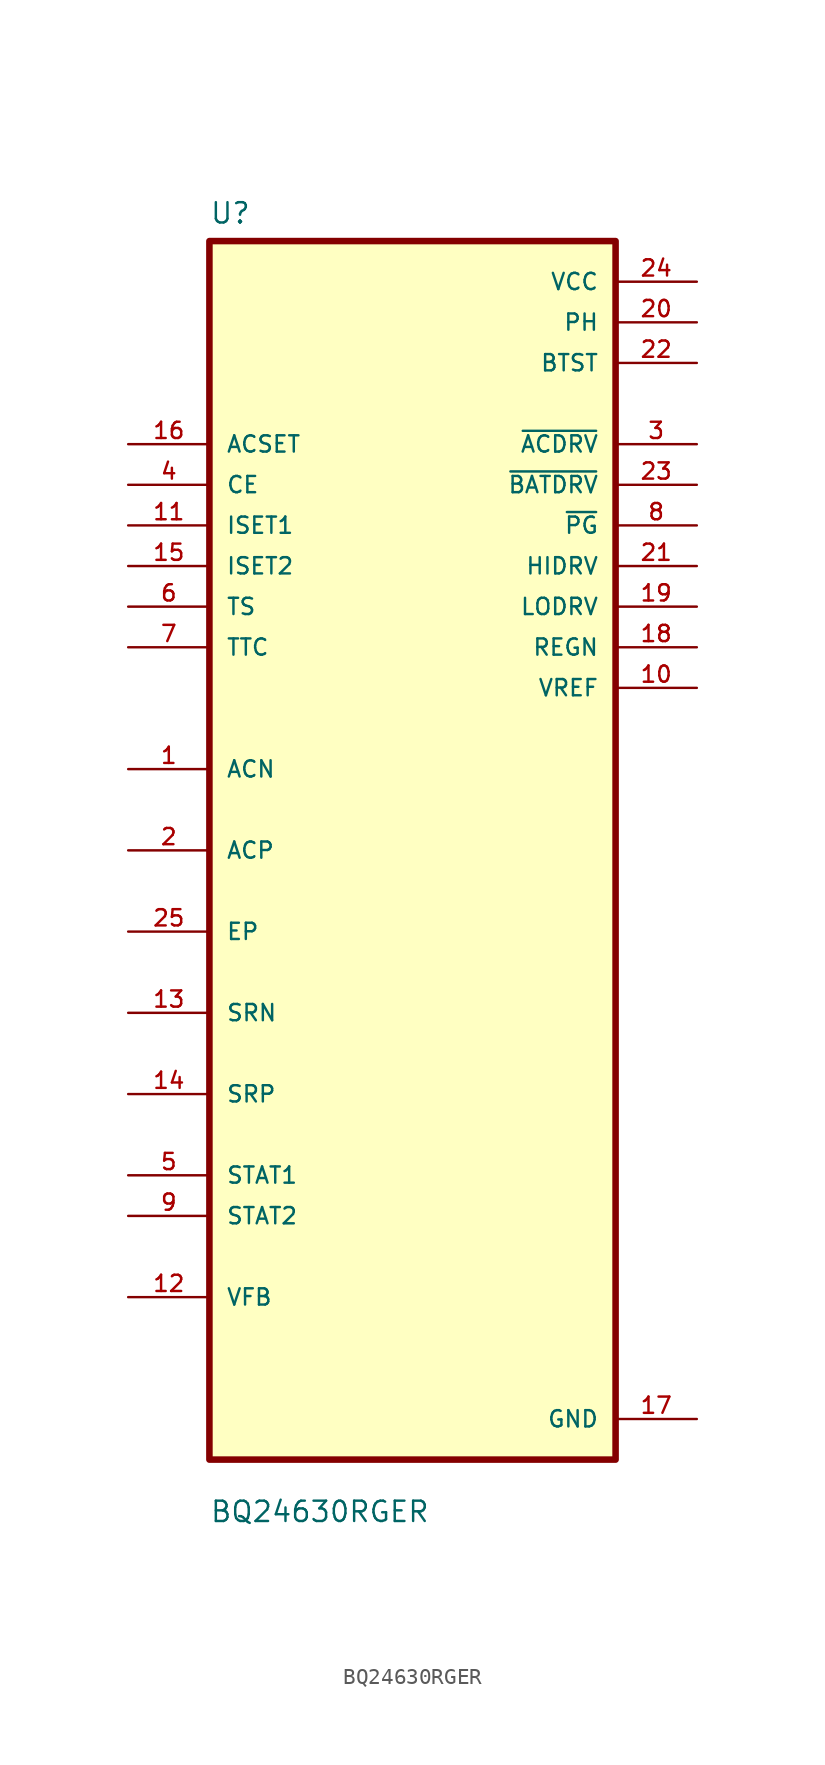
<source format=kicad_sym>
(kicad_symbol_lib
  (version 20211014)
  (generator kicad_symbol_editor)
  (symbol "BQ24630RGER"
    (pin_names
      (offset 1.016))
    (property "Reference" "U"
      (at -12.7 39.1 0.0)
      (effects (font (size 1.27 1.27)) (justify bottom left)))
    (property "Value" "BQ24630RGER"
      (at -12.7 -42.1 0.0)
      (effects (font (size 1.27 1.27)) (justify bottom left)))
    (symbol "BQ24630RGER_0_0"
      (rectangle (start -12.7 -38.1) (end 12.7 38.1) (stroke (width 0.41)) (fill (type background)))
      (pin input line (at -17.78 25.4 0) (length 5.08) (name "ACSET" (effects (font (size 1.016 1.016)))) (number "16" (effects (font (size 1.016 1.016)))))
      (pin input line (at -17.78 22.86 0) (length 5.08) (name "CE" (effects (font (size 1.016 1.016)))) (number "4" (effects (font (size 1.016 1.016)))))
      (pin input line (at -17.78 20.32 0) (length 5.08) (name "ISET1" (effects (font (size 1.016 1.016)))) (number "11" (effects (font (size 1.016 1.016)))))
      (pin input line (at -17.78 17.78 0) (length 5.08) (name "ISET2" (effects (font (size 1.016 1.016)))) (number "15" (effects (font (size 1.016 1.016)))))
      (pin input line (at -17.78 15.24 0) (length 5.08) (name "TS" (effects (font (size 1.016 1.016)))) (number "6" (effects (font (size 1.016 1.016)))))
      (pin input line (at -17.78 12.7 0) (length 5.08) (name "TTC" (effects (font (size 1.016 1.016)))) (number "7" (effects (font (size 1.016 1.016)))))
      (pin bidirectional line (at -17.78 5.08 0) (length 5.08) (name "ACN" (effects (font (size 1.016 1.016)))) (number "1" (effects (font (size 1.016 1.016)))))
      (pin bidirectional line (at -17.78 7.10543e-15 0) (length 5.08) (name "ACP" (effects (font (size 1.016 1.016)))) (number "2" (effects (font (size 1.016 1.016)))))
      (pin bidirectional line (at -17.78 -5.08 0) (length 5.08) (name "EP" (effects (font (size 1.016 1.016)))) (number "25" (effects (font (size 1.016 1.016)))))
      (pin bidirectional line (at -17.78 -10.16 0) (length 5.08) (name "SRN" (effects (font (size 1.016 1.016)))) (number "13" (effects (font (size 1.016 1.016)))))
      (pin bidirectional line (at -17.78 -15.24 0) (length 5.08) (name "SRP" (effects (font (size 1.016 1.016)))) (number "14" (effects (font (size 1.016 1.016)))))
      (pin bidirectional line (at -17.78 -20.32 0) (length 5.08) (name "STAT1" (effects (font (size 1.016 1.016)))) (number "5" (effects (font (size 1.016 1.016)))))
      (pin bidirectional line (at -17.78 -22.86 0) (length 5.08) (name "STAT2" (effects (font (size 1.016 1.016)))) (number "9" (effects (font (size 1.016 1.016)))))
      (pin bidirectional line (at -17.78 -27.94 0) (length 5.08) (name "VFB" (effects (font (size 1.016 1.016)))) (number "12" (effects (font (size 1.016 1.016)))))
      (pin power_in line (at 17.78 35.56 180.0) (length 5.08) (name "VCC" (effects (font (size 1.016 1.016)))) (number "24" (effects (font (size 1.016 1.016)))))
      (pin power_in line (at 17.78 33.02 180.0) (length 5.08) (name "PH" (effects (font (size 1.016 1.016)))) (number "20" (effects (font (size 1.016 1.016)))))
      (pin power_in line (at 17.78 30.48 180.0) (length 5.08) (name "BTST" (effects (font (size 1.016 1.016)))) (number "22" (effects (font (size 1.016 1.016)))))
      (pin output line (at 17.78 25.4 180.0) (length 5.08) (name "~{ACDRV}" (effects (font (size 1.016 1.016)))) (number "3" (effects (font (size 1.016 1.016)))))
      (pin output line (at 17.78 22.86 180.0) (length 5.08) (name "~{BATDRV}" (effects (font (size 1.016 1.016)))) (number "23" (effects (font (size 1.016 1.016)))))
      (pin output line (at 17.78 20.32 180.0) (length 5.08) (name "~{PG}" (effects (font (size 1.016 1.016)))) (number "8" (effects (font (size 1.016 1.016)))))
      (pin output line (at 17.78 17.78 180.0) (length 5.08) (name "HIDRV" (effects (font (size 1.016 1.016)))) (number "21" (effects (font (size 1.016 1.016)))))
      (pin output line (at 17.78 15.24 180.0) (length 5.08) (name "LODRV" (effects (font (size 1.016 1.016)))) (number "19" (effects (font (size 1.016 1.016)))))
      (pin output line (at 17.78 12.7 180.0) (length 5.08) (name "REGN" (effects (font (size 1.016 1.016)))) (number "18" (effects (font (size 1.016 1.016)))))
      (pin output line (at 17.78 10.16 180.0) (length 5.08) (name "VREF" (effects (font (size 1.016 1.016)))) (number "10" (effects (font (size 1.016 1.016)))))
      (pin power_in line (at 17.78 -35.56 180.0) (length 5.08) (name "GND" (effects (font (size 1.016 1.016)))) (number "17" (effects (font (size 1.016 1.016))))))))
</source>
